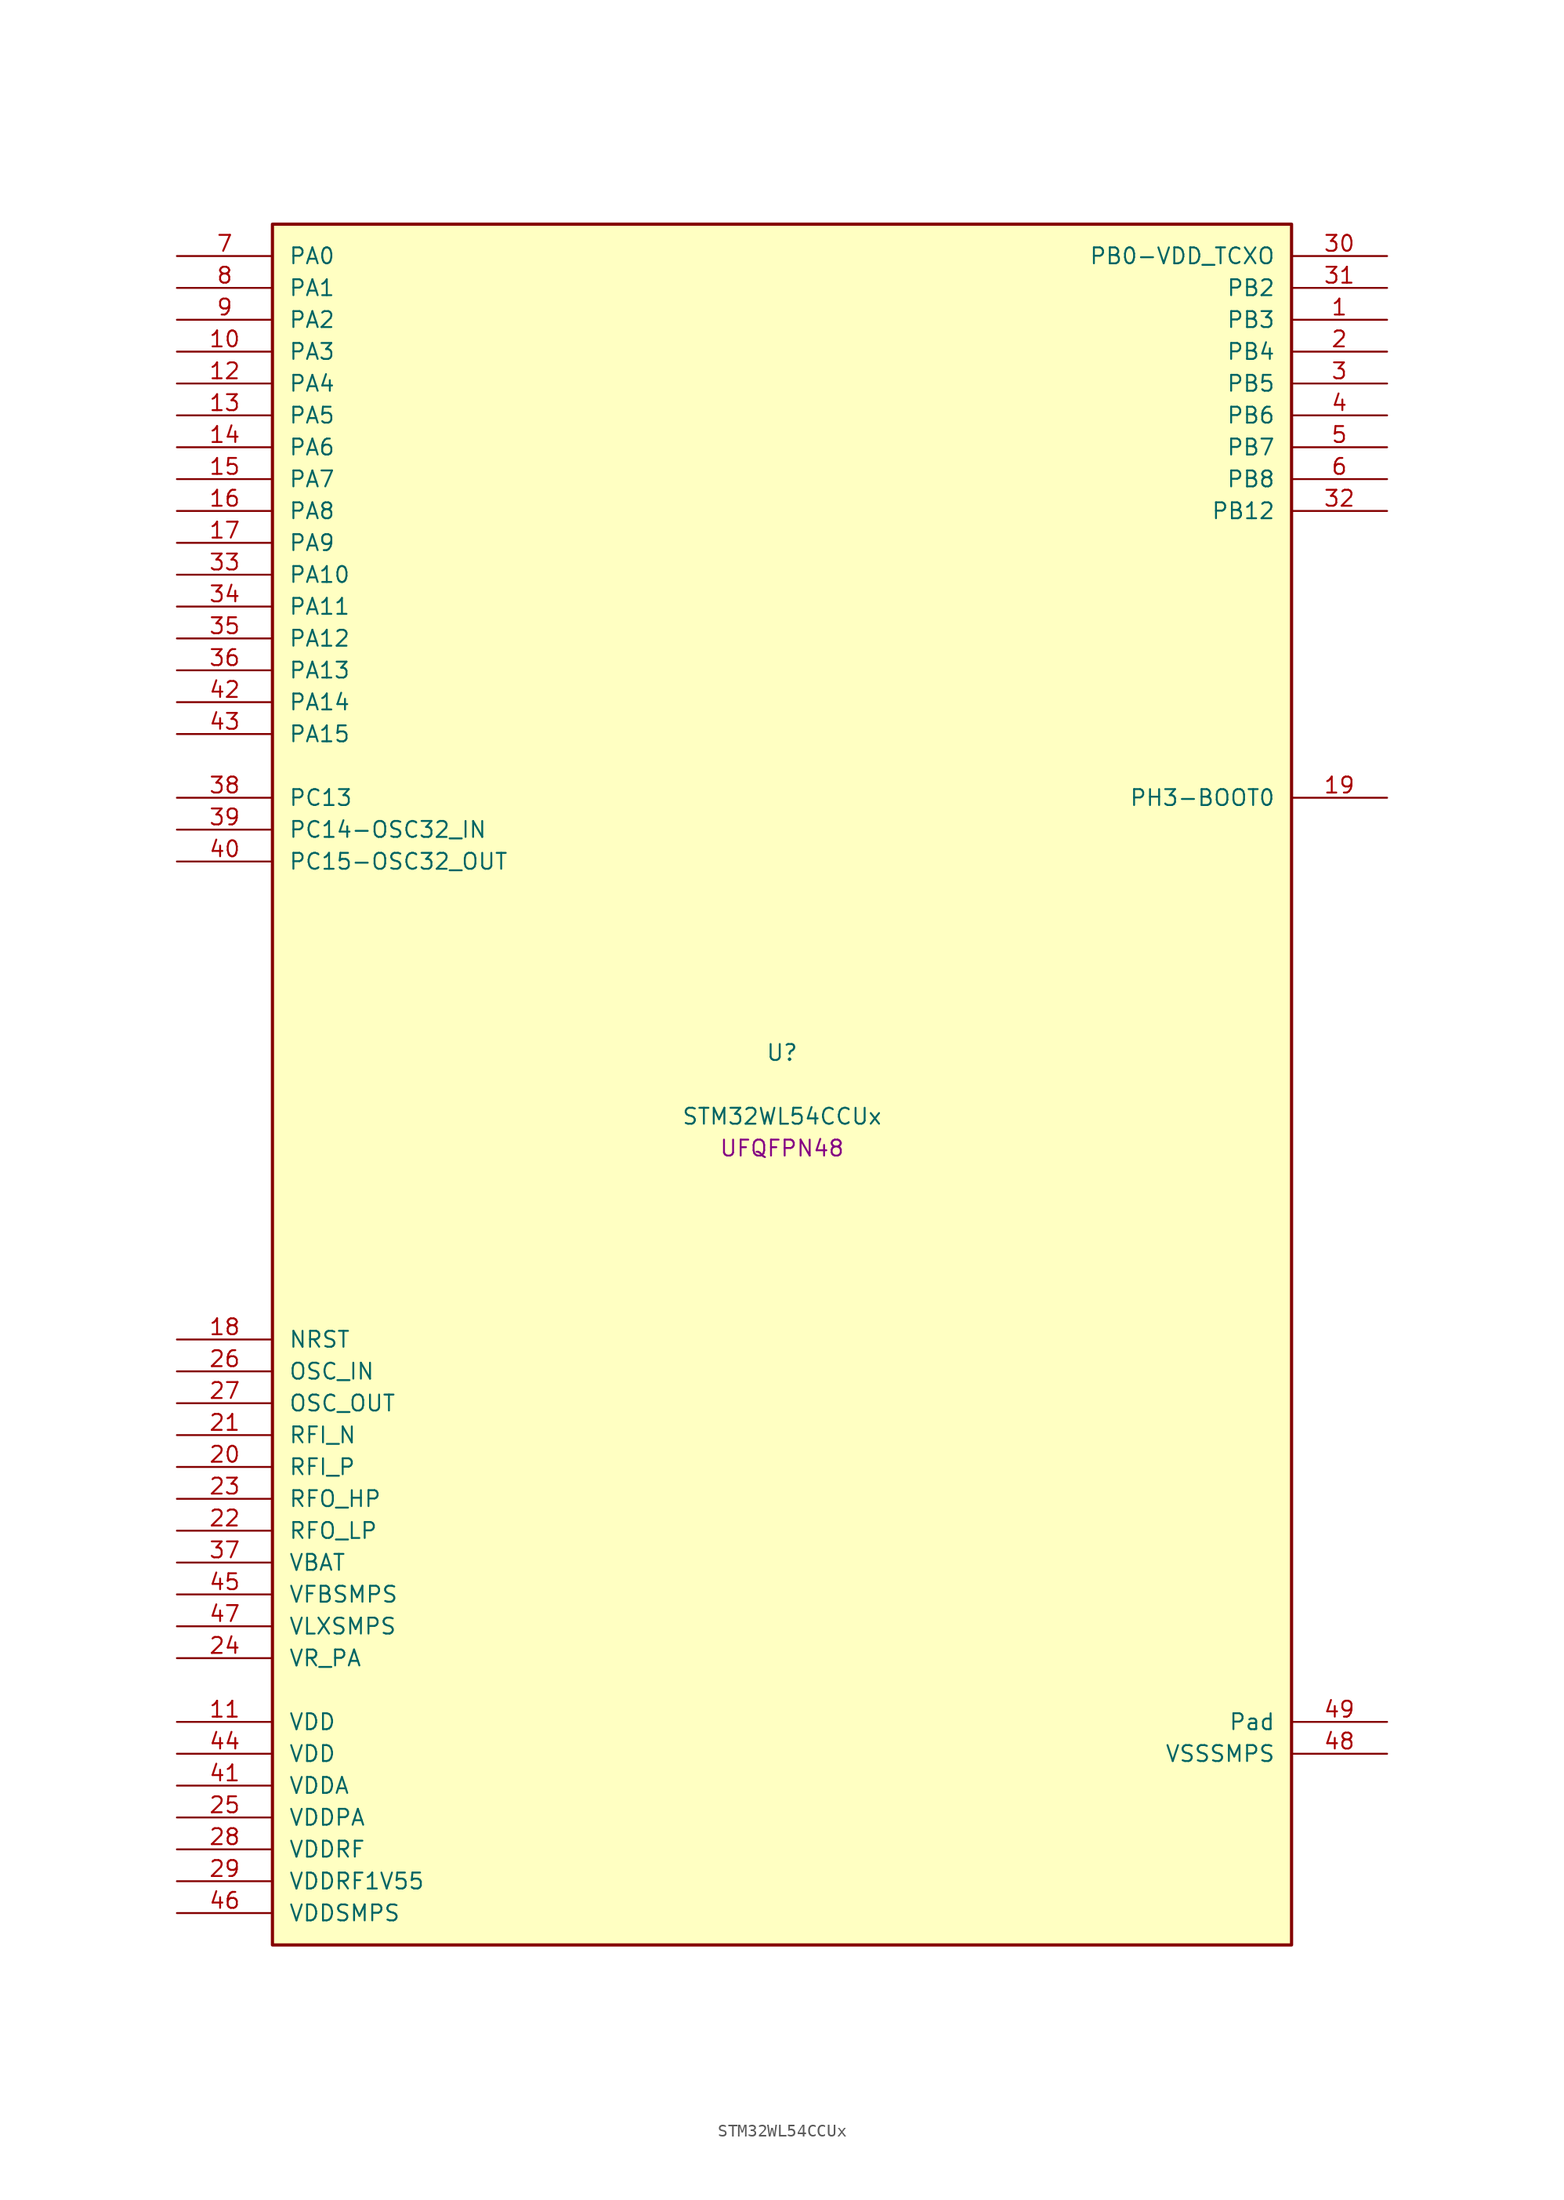
<source format=kicad_sym>
(kicad_symbol_lib
  (version 20241209)
  (generator "stm32_pkl_generator")
  (generator_version "1.0")
  (symbol "STM32WL54CCUx"
    (pin_names
      (offset 1.27))
    (property "Reference" "U"
      (at 0 2.54 0))
    (property "Value" "STM32WL54CCUx"
      (at 0 -2.54 0))
    (property "Footprint" "UFQFPN48"
      (at 0 -5.08 0))
    (symbol "STM32WL54CCUx_1_1"
      (rectangle (start -40.64 68.58) (end 40.64 -68.58) (stroke (width 0.254) (type solid)) (fill (type background)))
      (pin bidirectional line (at -48.26 66.04 0) (length 7.62) (name "PA0") (number "7") (alternate "PA0/COMP1_OUT" bidirectional line) (alternate "PA0/DEBUG_PWR-REGLP1S" bidirectional line) (alternate "PA0/I2C3_SMBA" bidirectional line) (alternate "PA0/I2S_CKIN" bidirectional line) (alternate "PA0/PWR_WKUP1" bidirectional line) (alternate "PA0/RTC_TAMP_IN2" bidirectional line) (alternate "PA0/TIM2_CH1" bidirectional line) (alternate "PA0/TIM2_ETR" bidirectional line) (alternate "PA0/USART2_CTS" bidirectional line) (alternate "PA0/USART2_NSS" bidirectional line))
      (pin bidirectional line (at -48.26 63.5 0) (length 7.62) (name "PA1") (number "8") (alternate "PA1/DEBUG_PWR-REGLP2S" bidirectional line) (alternate "PA1/I2C1_SMBA" bidirectional line) (alternate "PA1/LPTIM3_OUT" bidirectional line) (alternate "PA1/LPUART1_RTS" bidirectional line) (alternate "PA1/SPI1_SCK" bidirectional line) (alternate "PA1/TIM2_CH2" bidirectional line) (alternate "PA1/USART2_DE" bidirectional line) (alternate "PA1/USART2_RTS" bidirectional line))
      (pin bidirectional line (at -48.26 60.96 0) (length 7.62) (name "PA2") (number "9") (alternate "PA2/COMP2_OUT" bidirectional line) (alternate "PA2/DEBUG_PWR-LDORDY" bidirectional line) (alternate "PA2/LPUART1_TX" bidirectional line) (alternate "PA2/RCC_LSCO" bidirectional line) (alternate "PA2/TIM2_CH3" bidirectional line) (alternate "PA2/USART2_TX" bidirectional line))
      (pin bidirectional line (at -48.26 58.42 0) (length 7.62) (name "PA3") (number "10") (alternate "PA3/I2S2_MCK" bidirectional line) (alternate "PA3/LPUART1_RX" bidirectional line) (alternate "PA3/TIM2_CH4" bidirectional line) (alternate "PA3/USART2_RX" bidirectional line))
      (pin bidirectional line (at -48.26 55.88 0) (length 7.62) (name "PA4") (number "12") (alternate "PA4/DEBUG_SUBGHZSPI-NSSOUT" bidirectional line) (alternate "PA4/LPTIM1_OUT" bidirectional line) (alternate "PA4/LPTIM2_OUT" bidirectional line) (alternate "PA4/RTC_OUT2" bidirectional line) (alternate "PA4/SPI1_NSS" bidirectional line) (alternate "PA4/USART2_CK" bidirectional line))
      (pin bidirectional line (at -48.26 53.34 0) (length 7.62) (name "PA5") (number "13") (alternate "PA5/DEBUG_SUBGHZSPI-SCKOUT" bidirectional line) (alternate "PA5/LPTIM2_ETR" bidirectional line) (alternate "PA5/SPI1_SCK" bidirectional line) (alternate "PA5/SPI2_MISO" bidirectional line) (alternate "PA5/TIM2_CH1" bidirectional line) (alternate "PA5/TIM2_ETR" bidirectional line))
      (pin bidirectional line (at -48.26 50.8 0) (length 7.62) (name "PA6") (number "14") (alternate "PA6/DEBUG_SUBGHZSPI-MISOOUT" bidirectional line) (alternate "PA6/I2C2_SMBA" bidirectional line) (alternate "PA6/LPUART1_CTS" bidirectional line) (alternate "PA6/SPI1_MISO" bidirectional line) (alternate "PA6/TIM16_CH1" bidirectional line) (alternate "PA6/TIM1_BKIN" bidirectional line))
      (pin bidirectional line (at -48.26 48.26 0) (length 7.62) (name "PA7") (number "15") (alternate "PA7/COMP2_OUT" bidirectional line) (alternate "PA7/DEBUG_SUBGHZSPI-MOSIOUT" bidirectional line) (alternate "PA7/I2C3_SCL" bidirectional line) (alternate "PA7/SPI1_MOSI" bidirectional line) (alternate "PA7/TIM17_CH1" bidirectional line) (alternate "PA7/TIM1_CH1N" bidirectional line))
      (pin bidirectional line (at -48.26 45.72 0) (length 7.62) (name "PA8") (number "16") (alternate "PA8/I2S2_CK" bidirectional line) (alternate "PA8/LPTIM2_OUT" bidirectional line) (alternate "PA8/RCC_MCO" bidirectional line) (alternate "PA8/SPI2_SCK" bidirectional line) (alternate "PA8/TIM1_CH1" bidirectional line) (alternate "PA8/USART1_CK" bidirectional line))
      (pin bidirectional line (at -48.26 43.18 0) (length 7.62) (name "PA9") (number "17") (alternate "PA9/DAC_EXTI9" bidirectional line) (alternate "PA9/I2C1_SCL" bidirectional line) (alternate "PA9/I2S2_CK" bidirectional line) (alternate "PA9/I2S2_WS" bidirectional line) (alternate "PA9/SPI2_NSS" bidirectional line) (alternate "PA9/SPI2_SCK" bidirectional line) (alternate "PA9/TIM1_CH2" bidirectional line) (alternate "PA9/USART1_TX" bidirectional line))
      (pin bidirectional line (at -48.26 40.64 0) (length 7.62) (name "PA10") (number "33") (alternate "PA10/ADC_IN6" bidirectional line) (alternate "PA10/COMP1_INM" bidirectional line) (alternate "PA10/COMP2_INM" bidirectional line) (alternate "PA10/DAC_OUT1" bidirectional line) (alternate "PA10/DEBUG_RF-HSE32RDY" bidirectional line) (alternate "PA10/I2C1_SDA" bidirectional line) (alternate "PA10/I2S2_SD" bidirectional line) (alternate "PA10/RTC_REFIN" bidirectional line) (alternate "PA10/SPI2_MOSI" bidirectional line) (alternate "PA10/TIM17_BKIN" bidirectional line) (alternate "PA10/TIM1_CH3" bidirectional line) (alternate "PA10/USART1_RX" bidirectional line))
      (pin bidirectional line (at -48.26 38.1 0) (length 7.62) (name "PA11") (number "34") (alternate "PA11/ADC_EXTI11" bidirectional line) (alternate "PA11/ADC_IN7" bidirectional line) (alternate "PA11/COMP1_INM" bidirectional line) (alternate "PA11/COMP2_INM" bidirectional line) (alternate "PA11/DEBUG_RF-NRESET" bidirectional line) (alternate "PA11/I2C2_SDA" bidirectional line) (alternate "PA11/LPTIM3_ETR" bidirectional line) (alternate "PA11/SPI1_MISO" bidirectional line) (alternate "PA11/TIM1_BKIN2" bidirectional line) (alternate "PA11/TIM1_CH4" bidirectional line) (alternate "PA11/USART1_CTS" bidirectional line) (alternate "PA11/USART1_NSS" bidirectional line))
      (pin bidirectional line (at -48.26 35.56 0) (length 7.62) (name "PA12") (number "35") (alternate "PA12/ADC_IN8" bidirectional line) (alternate "PA12/DEBUG_RF-BUSY" bidirectional line) (alternate "PA12/I2C2_SCL" bidirectional line) (alternate "PA12/LPTIM3_IN1" bidirectional line) (alternate "PA12/SPI1_MOSI" bidirectional line) (alternate "PA12/TIM1_ETR" bidirectional line) (alternate "PA12/USART1_DE" bidirectional line) (alternate "PA12/USART1_RTS" bidirectional line))
      (pin bidirectional line (at -48.26 33.02 0) (length 7.62) (name "PA13") (number "36") (alternate "PA13/ADC_IN9" bidirectional line) (alternate "PA13/DEBUG_JTMS-SWDIO" bidirectional line) (alternate "PA13/I2C2_SMBA" bidirectional line) (alternate "PA13/IR_OUT" bidirectional line))
      (pin bidirectional line (at -48.26 30.48 0) (length 7.62) (name "PA14") (number "42") (alternate "PA14/ADC_IN10" bidirectional line) (alternate "PA14/DEBUG_JTCK-SWCLK" bidirectional line) (alternate "PA14/I2C1_SMBA" bidirectional line) (alternate "PA14/LPTIM1_OUT" bidirectional line))
      (pin bidirectional line (at -48.26 27.94 0) (length 7.62) (name "PA15") (number "43") (alternate "PA15/ADC_IN11" bidirectional line) (alternate "PA15/COMP1_INM" bidirectional line) (alternate "PA15/COMP2_INP" bidirectional line) (alternate "PA15/DEBUG_JTDI" bidirectional line) (alternate "PA15/I2C2_SDA" bidirectional line) (alternate "PA15/SPI1_NSS" bidirectional line) (alternate "PA15/TIM2_CH1" bidirectional line) (alternate "PA15/TIM2_ETR" bidirectional line))
      (pin bidirectional line (at 48.26 66.04 180) (length 7.62) (name "PB0-VDD_TCXO") (number "30") (alternate "PB0-VDD_TCXO/COMP1_OUT" bidirectional line) (alternate "PB0-VDD_TCXO/VDDTCXO" bidirectional line))
      (pin bidirectional line (at 48.26 63.5 180) (length 7.62) (name "PB2") (number "31") (alternate "PB2/ADC_IN4" bidirectional line) (alternate "PB2/COMP1_INP" bidirectional line) (alternate "PB2/COMP2_INM" bidirectional line) (alternate "PB2/DEBUG_RF-SMPSRDY" bidirectional line) (alternate "PB2/I2C3_SMBA" bidirectional line) (alternate "PB2/LPTIM1_OUT" bidirectional line) (alternate "PB2/SPI1_NSS" bidirectional line))
      (pin bidirectional line (at 48.26 60.96 180) (length 7.62) (name "PB3") (number "1") (alternate "PB3/ADC_IN2" bidirectional line) (alternate "PB3/COMP1_INM" bidirectional line) (alternate "PB3/COMP2_INM" bidirectional line) (alternate "PB3/DEBUG_JTDO-SWO" bidirectional line) (alternate "PB3/DEBUG_RF-DTB1" bidirectional line) (alternate "PB3/PWR_WKUP3" bidirectional line) (alternate "PB3/RTC_TAMP_IN3" bidirectional line) (alternate "PB3/SPI1_SCK" bidirectional line) (alternate "PB3/TIM2_CH2" bidirectional line) (alternate "PB3/USART1_DE" bidirectional line) (alternate "PB3/USART1_RTS" bidirectional line))
      (pin bidirectional line (at 48.26 58.42 180) (length 7.62) (name "PB4") (number "2") (alternate "PB4/ADC_IN3" bidirectional line) (alternate "PB4/COMP1_INP" bidirectional line) (alternate "PB4/COMP2_INP" bidirectional line) (alternate "PB4/DEBUG_JTRST" bidirectional line) (alternate "PB4/DEBUG_RF-LDORDY" bidirectional line) (alternate "PB4/I2C3_SDA" bidirectional line) (alternate "PB4/SPI1_MISO" bidirectional line) (alternate "PB4/TIM17_BKIN" bidirectional line) (alternate "PB4/USART1_CTS" bidirectional line) (alternate "PB4/USART1_NSS" bidirectional line))
      (pin bidirectional line (at 48.26 55.88 180) (length 7.62) (name "PB5") (number "3") (alternate "PB5/COMP2_OUT" bidirectional line) (alternate "PB5/I2C1_SMBA" bidirectional line) (alternate "PB5/LPTIM1_IN1" bidirectional line) (alternate "PB5/SPI1_MOSI" bidirectional line) (alternate "PB5/TIM16_BKIN" bidirectional line) (alternate "PB5/USART1_CK" bidirectional line))
      (pin bidirectional line (at 48.26 53.34 180) (length 7.62) (name "PB6") (number "4") (alternate "PB6/I2C1_SCL" bidirectional line) (alternate "PB6/LPTIM1_ETR" bidirectional line) (alternate "PB6/TIM16_CH1N" bidirectional line) (alternate "PB6/USART1_TX" bidirectional line))
      (pin bidirectional line (at 48.26 50.8 180) (length 7.62) (name "PB7") (number "5") (alternate "PB7/I2C1_SDA" bidirectional line) (alternate "PB7/LPTIM1_IN2" bidirectional line) (alternate "PB7/PWR_PVD_IN" bidirectional line) (alternate "PB7/TIM17_CH1N" bidirectional line) (alternate "PB7/TIM1_BKIN" bidirectional line) (alternate "PB7/USART1_RX" bidirectional line))
      (pin bidirectional line (at 48.26 48.26 180) (length 7.62) (name "PB8") (number "6") (alternate "PB8/I2C1_SCL" bidirectional line) (alternate "PB8/TIM16_CH1" bidirectional line) (alternate "PB8/TIM1_CH2N" bidirectional line))
      (pin bidirectional line (at 48.26 45.72 180) (length 7.62) (name "PB12") (number "32") (alternate "PB12/I2C3_SMBA" bidirectional line) (alternate "PB12/I2S2_WS" bidirectional line) (alternate "PB12/LPUART1_RTS" bidirectional line) (alternate "PB12/SPI2_NSS" bidirectional line) (alternate "PB12/TIM1_BKIN" bidirectional line))
      (pin bidirectional line (at -48.26 22.86 0) (length 7.62) (name "PC13") (number "38") (alternate "PC13/PWR_WKUP2" bidirectional line) (alternate "PC13/RTC_OUT1" bidirectional line) (alternate "PC13/RTC_TAMP_IN1" bidirectional line) (alternate "PC13/RTC_TS" bidirectional line))
      (pin bidirectional line (at -48.26 20.32 0) (length 7.62) (name "PC14-OSC32_IN") (number "39") (alternate "PC14-OSC32_IN/RCC_OSC32_IN" bidirectional line))
      (pin bidirectional line (at -48.26 17.78 0) (length 7.62) (name "PC15-OSC32_OUT") (number "40") (alternate "PC15-OSC32_OUT/RCC_OSC32_OUT" bidirectional line))
      (pin bidirectional line (at 48.26 22.86 180) (length 7.62) (name "PH3-BOOT0") (number "19"))
      (pin input line (at -48.26 -20.32 0) (length 7.62) (name "NRST") (number "18"))
      (pin bidirectional line (at -48.26 -22.86 0) (length 7.62) (name "OSC_IN") (number "26") (alternate "OSC_IN/RCC_OSC_IN" bidirectional line))
      (pin bidirectional line (at -48.26 -25.4 0) (length 7.62) (name "OSC_OUT") (number "27") (alternate "OSC_OUT/RCC_OSC_OUT" bidirectional line))
      (pin bidirectional line (at -48.26 -27.94 0) (length 7.62) (name "RFI_N") (number "21"))
      (pin bidirectional line (at -48.26 -30.48 0) (length 7.62) (name "RFI_P") (number "20"))
      (pin bidirectional line (at -48.26 -33.02 0) (length 7.62) (name "RFO_HP") (number "23"))
      (pin bidirectional line (at -48.26 -35.56 0) (length 7.62) (name "RFO_LP") (number "22"))
      (pin power_in line (at -48.26 -38.1 0) (length 7.62) (name "VBAT") (number "37"))
      (pin power_in line (at -48.26 -40.64 0) (length 7.62) (name "VFBSMPS") (number "45"))
      (pin power_in line (at -48.26 -43.18 0) (length 7.62) (name "VLXSMPS") (number "47"))
      (pin power_in line (at -48.26 -45.72 0) (length 7.62) (name "VR_PA") (number "24"))
      (pin power_in line (at -48.26 -50.8 0) (length 7.62) (name "VDD") (number "11"))
      (pin power_in line (at -48.26 -53.34 0) (length 7.62) (name "VDD") (number "44"))
      (pin power_in line (at -48.26 -55.88 0) (length 7.62) (name "VDDA") (number "41"))
      (pin power_in line (at -48.26 -58.42 0) (length 7.62) (name "VDDPA") (number "25"))
      (pin power_in line (at -48.26 -60.96 0) (length 7.62) (name "VDDRF") (number "28"))
      (pin power_in line (at -48.26 -63.5 0) (length 7.62) (name "VDDRF1V55") (number "29"))
      (pin power_in line (at -48.26 -66.04 0) (length 7.62) (name "VDDSMPS") (number "46"))
      (pin passive line (at 48.26 -50.8 180) (length 7.62) (name "Pad") (number "49"))
      (pin power_in line (at 48.26 -53.34 180) (length 7.62) (name "VSSSMPS") (number "48")))))
</source>
